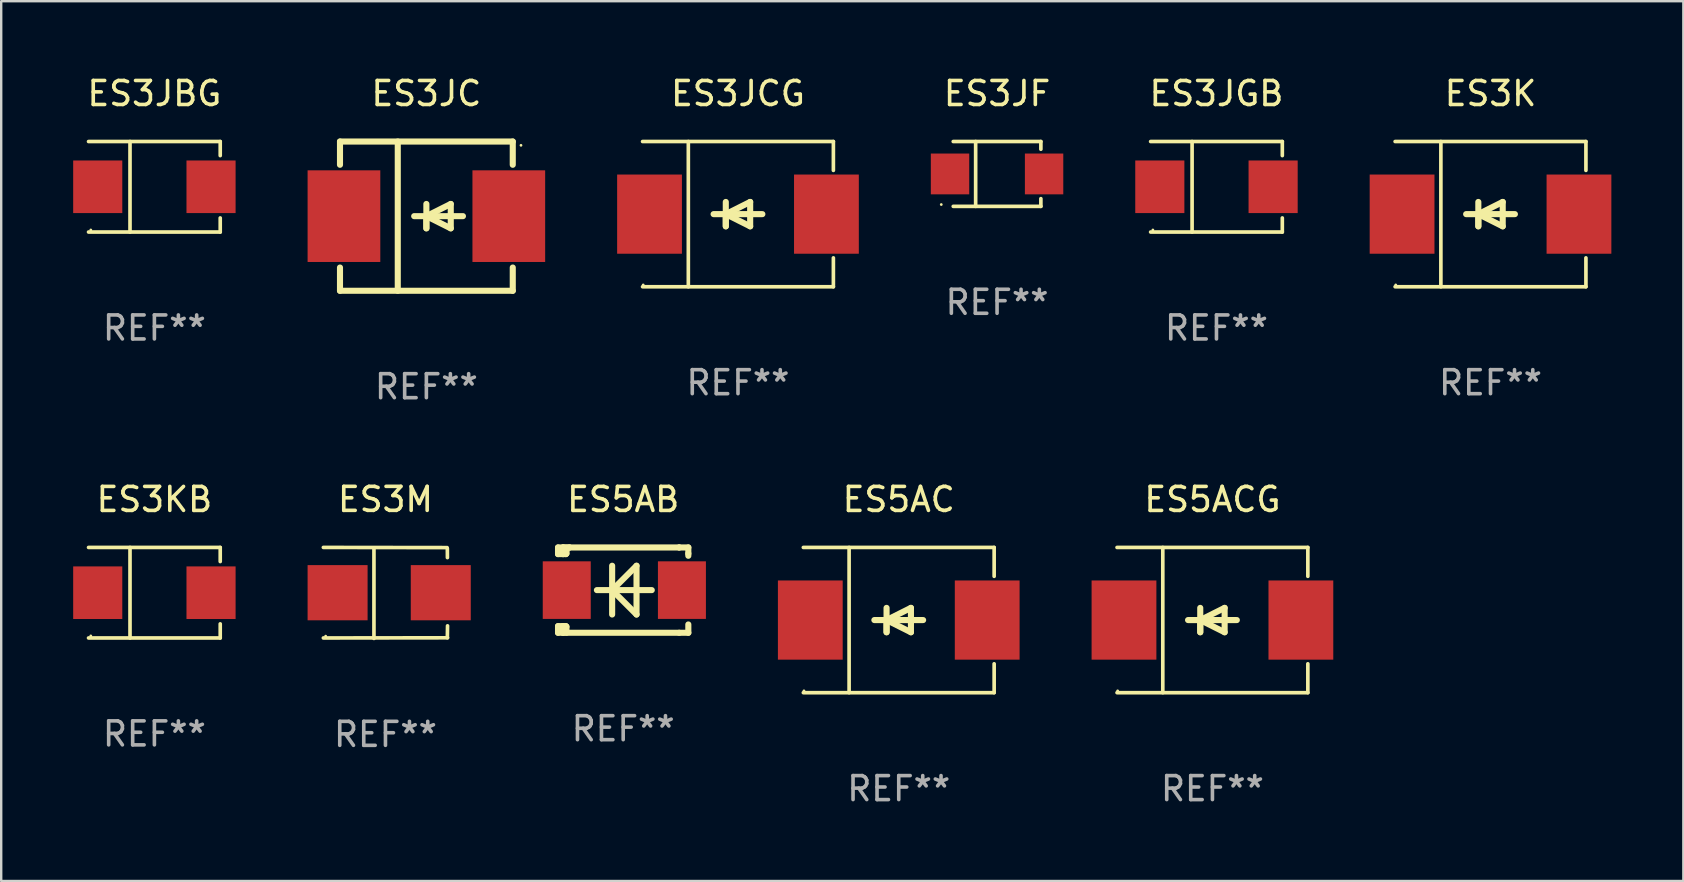
<source format=kicad_pcb>
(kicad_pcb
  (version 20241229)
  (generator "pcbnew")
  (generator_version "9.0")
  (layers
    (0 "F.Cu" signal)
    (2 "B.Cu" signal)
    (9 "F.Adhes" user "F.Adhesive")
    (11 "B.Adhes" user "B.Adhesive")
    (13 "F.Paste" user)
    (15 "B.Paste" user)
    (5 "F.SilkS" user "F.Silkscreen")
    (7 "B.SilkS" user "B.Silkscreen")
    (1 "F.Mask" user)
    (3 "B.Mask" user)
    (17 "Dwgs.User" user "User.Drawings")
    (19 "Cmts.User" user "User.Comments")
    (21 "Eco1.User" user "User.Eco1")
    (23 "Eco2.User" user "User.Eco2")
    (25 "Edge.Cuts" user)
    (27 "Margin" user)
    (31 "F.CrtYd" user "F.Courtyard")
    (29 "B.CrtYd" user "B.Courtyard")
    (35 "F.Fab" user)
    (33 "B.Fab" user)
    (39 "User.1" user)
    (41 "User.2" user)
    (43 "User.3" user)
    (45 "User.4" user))
  (footprint "ES5AC"
    (layer "F.Cu")
    (at 34.405 22.791)
    (property "Reference" "ES5AC" (at 0 -5.026 0) (layer "F.SilkS") (effects (font (size 1 1) (thickness 0.15))))
    (attr through_hole)
    (fp_line (start -3.976 -3.026) (end 3.976 -3.026) (stroke (width 0.152) (type solid)) (layer "F.SilkS"))
    (fp_line (start -3.976 3.026) (end 3.976 3.026) (stroke (width 0.152) (type solid)) (layer "F.SilkS"))
    (fp_line (start -2.069 -3.026) (end -2.069 3.026) (stroke (width 0.152) (type solid)) (layer "F.SilkS"))
    (fp_line (start -0.508 0) (end -0.508 0.508) (stroke (width 0.254) (type solid)) (layer "F.SilkS"))
    (fp_line (start -0.508 0) (end 0.508 0.508) (stroke (width 0.254) (type solid)) (layer "F.SilkS"))
    (fp_line (start -0.508 0.508) (end -0.508 -0.508) (stroke (width 0.254) (type solid)) (layer "F.SilkS"))
    (fp_line (start 0.508 -0.508) (end -0.508 0) (stroke (width 0.254) (type solid)) (layer "F.SilkS"))
    (fp_line (start 0.508 0.508) (end 0.508 -0.508) (stroke (width 0.254) (type solid)) (layer "F.SilkS"))
    (fp_line (start 1.016 0) (end -1.016 0) (stroke (width 0.254) (type solid)) (layer "F.SilkS"))
    (fp_line (start 3.976 -3.026) (end 3.976 -1.823) (stroke (width 0.152) (type solid)) (layer "F.SilkS"))
    (fp_line (start 3.976 3.026) (end 3.976 1.823) (stroke (width 0.152) (type solid)) (layer "F.SilkS"))
    (fp_circle (center -3.95 2.95) (end -3.92 2.95) (stroke (width 0.06) (type solid)) (fill no) (layer "F.SilkS"))
    (fp_text user "REF**" (at 0 7.026 0) (layer "F.Fab") (effects (font (size 1 1) (thickness 0.15))))
    (pad "1" smd rect (at -3.686 0) (size 2.7 3.3) (layers "F.Cu" "F.Mask" "F.Paste"))
    (pad "2" smd rect (at 3.686 0) (size 2.7 3.3) (layers "F.Cu" "F.Mask" "F.Paste")))
  (footprint "ES3JBG"
    (layer "F.Cu")
    (at 3.384 4.734)
    (property "Reference" "ES3JBG" (at 0 -3.886 0) (layer "F.SilkS") (effects (font (size 1 1) (thickness 0.15))))
    (attr through_hole)
    (fp_line (start -2.744 -1.886) (end 2.744 -1.886) (stroke (width 0.152) (type solid)) (layer "F.SilkS"))
    (fp_line (start -2.744 1.886) (end 2.744 1.886) (stroke (width 0.152) (type solid)) (layer "F.SilkS"))
    (fp_line (start -1.016 -1.886) (end -1.016 1.886) (stroke (width 0.152) (type solid)) (layer "F.SilkS"))
    (fp_line (start 2.744 -1.886) (end 2.744 -1.299) (stroke (width 0.152) (type solid)) (layer "F.SilkS"))
    (fp_line (start 2.744 1.886) (end 2.744 1.299) (stroke (width 0.152) (type solid)) (layer "F.SilkS"))
    (fp_circle (center -2.65 1.8) (end -2.62 1.8) (stroke (width 0.06) (type solid)) (fill no) (layer "F.SilkS"))
    (fp_text user "REF**" (at 0 5.886 0) (layer "F.Fab") (effects (font (size 1 1) (thickness 0.15))))
    (pad "1" smd rect (at -2.361 0) (size 2.047 2.192) (layers "F.Cu" "F.Mask" "F.Paste"))
    (pad "2" smd rect (at 2.361 0) (size 2.047 2.192) (layers "F.Cu" "F.Mask" "F.Paste")))
  (footprint "ES3M"
    (layer "F.Cu")
    (at 13.014 21.66)
    (property "Reference" "ES3M" (at 0 -3.896 0) (layer "F.SilkS") (effects (font (size 1 1) (thickness 0.15))))
    (attr through_hole)
    (fp_line (start -2.588 -1.896) (end 2.568 -1.889) (stroke (width 0.152) (type solid)) (layer "F.SilkS"))
    (fp_line (start -2.588 1.877) (end 2.588 1.87) (stroke (width 0.152) (type solid)) (layer "F.SilkS"))
    (fp_line (start -0.48 1.896) (end -0.48 -1.871) (stroke (width 0.152) (type solid)) (layer "F.SilkS"))
    (fp_line (start 2.579 -1.849) (end 2.582 -1.472) (stroke (width 0.152) (type solid)) (layer "F.SilkS"))
    (fp_line (start 2.579 1.867) (end 2.587 1.372) (stroke (width 0.152) (type solid)) (layer "F.SilkS"))
    (fp_circle (center -2.492 1.801) (end -2.462 1.801) (stroke (width 0.06) (type solid)) (fill no) (layer "F.SilkS"))
    (fp_text user "REF**" (at 0 5.896 0) (layer "F.Fab") (effects (font (size 1 1) (thickness 0.15))))
    (pad "1" smd rect (at -1.995 -0.009) (size 2.5 2.3) (layers "F.Cu" "F.Mask" "F.Paste"))
    (pad "2" smd rect (at 2.305 -0.009) (size 2.5 2.3) (layers "F.Cu" "F.Mask" "F.Paste")))
  (footprint "ES3JCG"
    (layer "F.Cu")
    (at 27.705 5.874)
    (property "Reference" "ES3JCG" (at 0 -5.026 0) (layer "F.SilkS") (effects (font (size 1 1) (thickness 0.15))))
    (attr through_hole)
    (fp_line (start -3.976 -3.026) (end 3.976 -3.026) (stroke (width 0.152) (type solid)) (layer "F.SilkS"))
    (fp_line (start -3.976 3.026) (end 3.976 3.026) (stroke (width 0.152) (type solid)) (layer "F.SilkS"))
    (fp_line (start -2.069 -3.026) (end -2.069 3.026) (stroke (width 0.152) (type solid)) (layer "F.SilkS"))
    (fp_line (start -0.508 0) (end -0.508 0.508) (stroke (width 0.254) (type solid)) (layer "F.SilkS"))
    (fp_line (start -0.508 0) (end 0.508 0.508) (stroke (width 0.254) (type solid)) (layer "F.SilkS"))
    (fp_line (start -0.508 0.508) (end -0.508 -0.508) (stroke (width 0.254) (type solid)) (layer "F.SilkS"))
    (fp_line (start 0.508 -0.508) (end -0.508 0) (stroke (width 0.254) (type solid)) (layer "F.SilkS"))
    (fp_line (start 0.508 0.508) (end 0.508 -0.508) (stroke (width 0.254) (type solid)) (layer "F.SilkS"))
    (fp_line (start 1.016 0) (end -1.016 0) (stroke (width 0.254) (type solid)) (layer "F.SilkS"))
    (fp_line (start 3.976 -3.026) (end 3.976 -1.823) (stroke (width 0.152) (type solid)) (layer "F.SilkS"))
    (fp_line (start 3.976 3.026) (end 3.976 1.823) (stroke (width 0.152) (type solid)) (layer "F.SilkS"))
    (fp_circle (center -3.95 2.95) (end -3.92 2.95) (stroke (width 0.06) (type solid)) (fill no) (layer "F.SilkS"))
    (fp_text user "REF**" (at 0 7.026 0) (layer "F.Fab") (effects (font (size 1 1) (thickness 0.15))))
    (pad "1" smd rect (at -3.686 0) (size 2.7 3.3) (layers "F.Cu" "F.Mask" "F.Paste"))
    (pad "2" smd rect (at 3.686 0) (size 2.7 3.3) (layers "F.Cu" "F.Mask" "F.Paste")))
  (footprint "ES5ACG"
    (layer "F.Cu")
    (at 47.478 22.791)
    (property "Reference" "ES5ACG" (at 0 -5.026 0) (layer "F.SilkS") (effects (font (size 1 1) (thickness 0.15))))
    (attr through_hole)
    (fp_line (start -3.976 -3.026) (end 3.976 -3.026) (stroke (width 0.152) (type solid)) (layer "F.SilkS"))
    (fp_line (start -3.976 3.026) (end 3.976 3.026) (stroke (width 0.152) (type solid)) (layer "F.SilkS"))
    (fp_line (start -2.069 -3.026) (end -2.069 3.026) (stroke (width 0.152) (type solid)) (layer "F.SilkS"))
    (fp_line (start -0.508 0) (end -0.508 0.508) (stroke (width 0.254) (type solid)) (layer "F.SilkS"))
    (fp_line (start -0.508 0) (end 0.508 0.508) (stroke (width 0.254) (type solid)) (layer "F.SilkS"))
    (fp_line (start -0.508 0.508) (end -0.508 -0.508) (stroke (width 0.254) (type solid)) (layer "F.SilkS"))
    (fp_line (start 0.508 -0.508) (end -0.508 0) (stroke (width 0.254) (type solid)) (layer "F.SilkS"))
    (fp_line (start 0.508 0.508) (end 0.508 -0.508) (stroke (width 0.254) (type solid)) (layer "F.SilkS"))
    (fp_line (start 1.016 0) (end -1.016 0) (stroke (width 0.254) (type solid)) (layer "F.SilkS"))
    (fp_line (start 3.976 -3.026) (end 3.976 -1.823) (stroke (width 0.152) (type solid)) (layer "F.SilkS"))
    (fp_line (start 3.976 3.026) (end 3.976 1.823) (stroke (width 0.152) (type solid)) (layer "F.SilkS"))
    (fp_circle (center -3.95 2.95) (end -3.92 2.95) (stroke (width 0.06) (type solid)) (fill no) (layer "F.SilkS"))
    (fp_text user "REF**" (at 0 7.026 0) (layer "F.Fab") (effects (font (size 1 1) (thickness 0.15))))
    (pad "1" smd rect (at -3.686 0) (size 2.7 3.3) (layers "F.Cu" "F.Mask" "F.Paste"))
    (pad "2" smd rect (at 3.686 0) (size 2.7 3.3) (layers "F.Cu" "F.Mask" "F.Paste")))
  (footprint "ES3KB"
    (layer "F.Cu")
    (at 3.384 21.651)
    (property "Reference" "ES3KB" (at 0 -3.886 0) (layer "F.SilkS") (effects (font (size 1 1) (thickness 0.15))))
    (attr through_hole)
    (fp_line (start -2.744 -1.886) (end 2.744 -1.886) (stroke (width 0.152) (type solid)) (layer "F.SilkS"))
    (fp_line (start -2.744 1.886) (end 2.744 1.886) (stroke (width 0.152) (type solid)) (layer "F.SilkS"))
    (fp_line (start -1.016 -1.886) (end -1.016 1.886) (stroke (width 0.152) (type solid)) (layer "F.SilkS"))
    (fp_line (start 2.744 -1.886) (end 2.744 -1.299) (stroke (width 0.152) (type solid)) (layer "F.SilkS"))
    (fp_line (start 2.744 1.886) (end 2.744 1.299) (stroke (width 0.152) (type solid)) (layer "F.SilkS"))
    (fp_circle (center -2.65 1.8) (end -2.62 1.8) (stroke (width 0.06) (type solid)) (fill no) (layer "F.SilkS"))
    (fp_text user "REF**" (at 0 5.886 0) (layer "F.Fab") (effects (font (size 1 1) (thickness 0.15))))
    (pad "1" smd rect (at -2.361 0) (size 2.047 2.192) (layers "F.Cu" "F.Mask" "F.Paste"))
    (pad "2" smd rect (at 2.361 0) (size 2.047 2.192) (layers "F.Cu" "F.Mask" "F.Paste")))
  (footprint "ES3K"
    (layer "F.Cu")
    (at 59.067 5.874)
    (property "Reference" "ES3K" (at 0 -5.026 0) (layer "F.SilkS") (effects (font (size 1 1) (thickness 0.15))))
    (attr through_hole)
    (fp_line (start -3.976 -3.026) (end 3.976 -3.026) (stroke (width 0.152) (type solid)) (layer "F.SilkS"))
    (fp_line (start -3.976 3.026) (end 3.976 3.026) (stroke (width 0.152) (type solid)) (layer "F.SilkS"))
    (fp_line (start -2.069 -3.026) (end -2.069 3.026) (stroke (width 0.152) (type solid)) (layer "F.SilkS"))
    (fp_line (start -0.508 0) (end -0.508 0.508) (stroke (width 0.254) (type solid)) (layer "F.SilkS"))
    (fp_line (start -0.508 0) (end 0.508 0.508) (stroke (width 0.254) (type solid)) (layer "F.SilkS"))
    (fp_line (start -0.508 0.508) (end -0.508 -0.508) (stroke (width 0.254) (type solid)) (layer "F.SilkS"))
    (fp_line (start 0.508 -0.508) (end -0.508 0) (stroke (width 0.254) (type solid)) (layer "F.SilkS"))
    (fp_line (start 0.508 0.508) (end 0.508 -0.508) (stroke (width 0.254) (type solid)) (layer "F.SilkS"))
    (fp_line (start 1.016 0) (end -1.016 0) (stroke (width 0.254) (type solid)) (layer "F.SilkS"))
    (fp_line (start 3.976 -3.026) (end 3.976 -1.823) (stroke (width 0.152) (type solid)) (layer "F.SilkS"))
    (fp_line (start 3.976 3.026) (end 3.976 1.823) (stroke (width 0.152) (type solid)) (layer "F.SilkS"))
    (fp_circle (center -3.95 2.95) (end -3.92 2.95) (stroke (width 0.06) (type solid)) (fill no) (layer "F.SilkS"))
    (fp_text user "REF**" (at 0 7.026 0) (layer "F.Fab") (effects (font (size 1 1) (thickness 0.15))))
    (pad "1" smd rect (at -3.686 0) (size 2.7 3.3) (layers "F.Cu" "F.Mask" "F.Paste"))
    (pad "2" smd rect (at 3.686 0) (size 2.7 3.3) (layers "F.Cu" "F.Mask" "F.Paste")))
  (footprint "ES5AB"
    (layer "F.Cu")
    (at 22.921 21.543)
    (property "Reference" "ES5AB" (at 0 -3.778 0) (layer "F.SilkS") (effects (font (size 1 1) (thickness 0.15))))
    (attr through_hole)
    (fp_line (start -2.715 -1.778) (end -2.715 -1.501) (stroke (width 0.254) (type solid)) (layer "F.SilkS"))
    (fp_line (start -2.715 -1.501) (end -2.505 -1.501) (stroke (width 0.254) (type solid)) (layer "F.SilkS"))
    (fp_line (start -2.715 1.501) (end -2.715 1.778) (stroke (width 0.254) (type solid)) (layer "F.SilkS"))
    (fp_line (start -2.715 1.501) (end -2.505 1.501) (stroke (width 0.254) (type solid)) (layer "F.SilkS"))
    (fp_line (start -2.715 1.778) (end -2.504 1.778) (stroke (width 0.254) (type solid)) (layer "F.SilkS"))
    (fp_line (start -2.505 -1.778) (end -2.715 -1.778) (stroke (width 0.254) (type solid)) (layer "F.SilkS"))
    (fp_line (start -2.505 -1.778) (end -2.238 -1.778) (stroke (width 0.254) (type solid)) (layer "F.SilkS"))
    (fp_line (start -2.505 -1.501) (end -2.505 -1.651) (stroke (width 0.254) (type solid)) (layer "F.SilkS"))
    (fp_line (start -2.505 -1.501) (end -2.388 -1.501) (stroke (width 0.254) (type solid)) (layer "F.SilkS"))
    (fp_line (start -2.505 1.501) (end -2.505 1.778) (stroke (width 0.254) (type solid)) (layer "F.SilkS"))
    (fp_line (start -2.505 1.501) (end -2.388 1.501) (stroke (width 0.254) (type solid)) (layer "F.SilkS"))
    (fp_line (start -2.388 1.501) (end -2.365 1.524) (stroke (width 0.254) (type solid)) (layer "F.SilkS"))
    (fp_line (start -2.388 -1.501) (end -2.365 -1.524) (stroke (width 0.254) (type solid)) (layer "F.SilkS"))
    (fp_line (start -2.365 -1.651) (end -2.505 -1.778) (stroke (width 0.254) (type solid)) (layer "F.SilkS"))
    (fp_line (start -2.365 -1.524) (end -2.365 -1.651) (stroke (width 0.254) (type solid)) (layer "F.SilkS"))
    (fp_line (start -2.365 1.524) (end -2.365 1.778) (stroke (width 0.254) (type solid)) (layer "F.SilkS"))
    (fp_line (start -2.239 -1.778) (end 2.333 -1.778) (stroke (width 0.254) (type solid)) (layer "F.SilkS"))
    (fp_line (start -2.238 -1.778) (end -2.505 -1.778) (stroke (width 0.254) (type solid)) (layer "F.SilkS"))
    (fp_line (start -1.095 0) (end 1.191 0) (stroke (width 0.254) (type solid)) (layer "F.SilkS"))
    (fp_line (start -0.46 -1.016) (end -0.46 1.016) (stroke (width 0.254) (type solid)) (layer "F.SilkS"))
    (fp_line (start -0.46 -0.000127) (end 0.556 1.016) (stroke (width 0.254) (type solid)) (layer "F.SilkS"))
    (fp_line (start 0.556 -1.016) (end 0.556 1.016) (stroke (width 0.254) (type solid)) (layer "F.SilkS"))
    (fp_line (start 0.556 -1.016) (end -0.46 -0.000127) (stroke (width 0.254) (type solid)) (layer "F.SilkS"))
    (fp_line (start 2.333 -1.778) (end 2.333 -1.778) (stroke (width 0.254) (type solid)) (layer "F.SilkS"))
    (fp_line (start 2.333 -1.778) (end 2.715 -1.778) (stroke (width 0.254) (type solid)) (layer "F.SilkS"))
    (fp_line (start 2.334 1.778) (end -2.504 1.778) (stroke (width 0.254) (type solid)) (layer "F.SilkS"))
    (fp_line (start 2.715 -1.778) (end 2.715 -1.524) (stroke (width 0.254) (type solid)) (layer "F.SilkS"))
    (fp_line (start 2.715 -1.524) (end 2.715 -1.431) (stroke (width 0.254) (type solid)) (layer "F.SilkS"))
    (fp_line (start 2.715 1.431) (end 2.715 1.778) (stroke (width 0.254) (type solid)) (layer "F.SilkS"))
    (fp_line (start 2.715 1.778) (end 2.334 1.778) (stroke (width 0.254) (type solid)) (layer "F.SilkS"))
    (fp_circle (center -2.602 1.8) (end -2.572 1.8) (stroke (width 0.06) (type solid)) (fill no) (layer "F.SilkS"))
    (fp_text user "REF**" (at 0 5.778 0) (layer "F.Fab") (effects (font (size 1 1) (thickness 0.15))))
    (pad "1" smd rect (at -2.352 -0.000076) (size 2 2.4) (layers "F.Cu" "F.Mask" "F.Paste"))
    (pad "2" smd rect (at 2.448 -0.000076) (size 2 2.4) (layers "F.Cu" "F.Mask" "F.Paste")))
  (footprint "ES3JC"
    (layer "F.Cu")
    (at 14.719 5.958)
    (property "Reference" "ES3JC" (at 0 -5.11 0) (layer "F.SilkS") (effects (font (size 1 1) (thickness 0.15))))
    (attr through_hole)
    (fp_line (start -3.6 -3.11) (end -3.6 -2.141) (stroke (width 0.254) (type solid)) (layer "F.SilkS"))
    (fp_line (start -3.6 -3.11) (end 3.6 -3.11) (stroke (width 0.254) (type solid)) (layer "F.SilkS"))
    (fp_line (start -3.6 2.141) (end -3.6 3.11) (stroke (width 0.254) (type solid)) (layer "F.SilkS"))
    (fp_line (start -3.6 3.11) (end 3.6 3.11) (stroke (width 0.254) (type solid)) (layer "F.SilkS"))
    (fp_line (start -1.192 -3.11) (end -1.192 3.11) (stroke (width 0.254) (type solid)) (layer "F.SilkS"))
    (fp_line (start 0 0) (end 0 0.508) (stroke (width 0.254) (type solid)) (layer "F.SilkS"))
    (fp_line (start 0 0) (end 1.016 0.508) (stroke (width 0.254) (type solid)) (layer "F.SilkS"))
    (fp_line (start 0 0.508) (end 0 -0.508) (stroke (width 0.254) (type solid)) (layer "F.SilkS"))
    (fp_line (start 1.016 -0.508) (end 0 0) (stroke (width 0.254) (type solid)) (layer "F.SilkS"))
    (fp_line (start 1.016 0.508) (end 1.016 -0.508) (stroke (width 0.254) (type solid)) (layer "F.SilkS"))
    (fp_line (start 1.524 0) (end -0.508 0) (stroke (width 0.254) (type solid)) (layer "F.SilkS"))
    (fp_line (start 3.6 -3.11) (end 3.6 -2.141) (stroke (width 0.254) (type solid)) (layer "F.SilkS"))
    (fp_line (start 3.6 2.141) (end 3.6 3.11) (stroke (width 0.254) (type solid)) (layer "F.SilkS"))
    (fp_circle (center 3.943 -2.952) (end 3.973 -2.952) (stroke (width 0.06) (type solid)) (fill no) (layer "F.SilkS"))
    (fp_text user "REF**" (at 0 7.11 0) (layer "F.Fab") (effects (font (size 1 1) (thickness 0.15))))
    (pad "1" smd rect (at 3.435 0 180) (size 3.03 3.82) (layers "F.Cu" "F.Mask" "F.Paste"))
    (pad "2" smd rect (at -3.435 0 180) (size 3.03 3.82) (layers "F.Cu" "F.Mask" "F.Paste")))
  (footprint "ES3JF"
    (layer "F.Cu")
    (at 38.502 4.199)
    (property "Reference" "ES3JF" (at 0 -3.351 0) (layer "F.SilkS") (effects (font (size 1 1) (thickness 0.15))))
    (attr through_hole)
    (fp_line (start -1.826 -1.351) (end 1.826 -1.351) (stroke (width 0.152) (type solid)) (layer "F.SilkS"))
    (fp_line (start -1.826 1.351) (end 1.826 1.351) (stroke (width 0.152) (type solid)) (layer "F.SilkS"))
    (fp_line (start -0.892 -1.351) (end -0.892 1.351) (stroke (width 0.152) (type solid)) (layer "F.SilkS"))
    (fp_line (start 1.826 -1.351) (end 1.826 -1.03) (stroke (width 0.152) (type solid)) (layer "F.SilkS"))
    (fp_line (start 1.826 1.03) (end 1.826 1.351) (stroke (width 0.152) (type solid)) (layer "F.SilkS"))
    (fp_circle (center -2.325 1.275) (end -2.295 1.275) (stroke (width 0.06) (type solid)) (fill no) (layer "F.SilkS"))
    (fp_text user "REF**" (at 0 5.351 0) (layer "F.Fab") (effects (font (size 1 1) (thickness 0.15))))
    (pad "1" smd rect (at -1.96 0 180) (size 1.6 1.7) (layers "F.Cu" "F.Mask" "F.Paste"))
    (pad "2" smd rect (at 1.96 0 180) (size 1.6 1.7) (layers "F.Cu" "F.Mask" "F.Paste")))
  (footprint "ES3JGB"
    (layer "F.Cu")
    (at 47.646 4.734)
    (property "Reference" "ES3JGB" (at 0 -3.886 0) (layer "F.SilkS") (effects (font (size 1 1) (thickness 0.15))))
    (attr through_hole)
    (fp_line (start -2.744 -1.886) (end 2.744 -1.886) (stroke (width 0.152) (type solid)) (layer "F.SilkS"))
    (fp_line (start -2.744 1.886) (end 2.744 1.886) (stroke (width 0.152) (type solid)) (layer "F.SilkS"))
    (fp_line (start -1.016 -1.886) (end -1.016 1.886) (stroke (width 0.152) (type solid)) (layer "F.SilkS"))
    (fp_line (start 2.744 -1.886) (end 2.744 -1.299) (stroke (width 0.152) (type solid)) (layer "F.SilkS"))
    (fp_line (start 2.744 1.886) (end 2.744 1.299) (stroke (width 0.152) (type solid)) (layer "F.SilkS"))
    (fp_circle (center -2.65 1.8) (end -2.62 1.8) (stroke (width 0.06) (type solid)) (fill no) (layer "F.SilkS"))
    (fp_text user "REF**" (at 0 5.886 0) (layer "F.Fab") (effects (font (size 1 1) (thickness 0.15))))
    (pad "1" smd rect (at -2.361 0) (size 2.047 2.192) (layers "F.Cu" "F.Mask" "F.Paste"))
    (pad "2" smd rect (at 2.361 0) (size 2.047 2.192) (layers "F.Cu" "F.Mask" "F.Paste")))
  (gr_rect
    (start -3 -3)
    (end 67.103 33.665)
    (stroke (width 0.1) (type default))
    (fill no)
    (layer "Edge.Cuts")))
</source>
